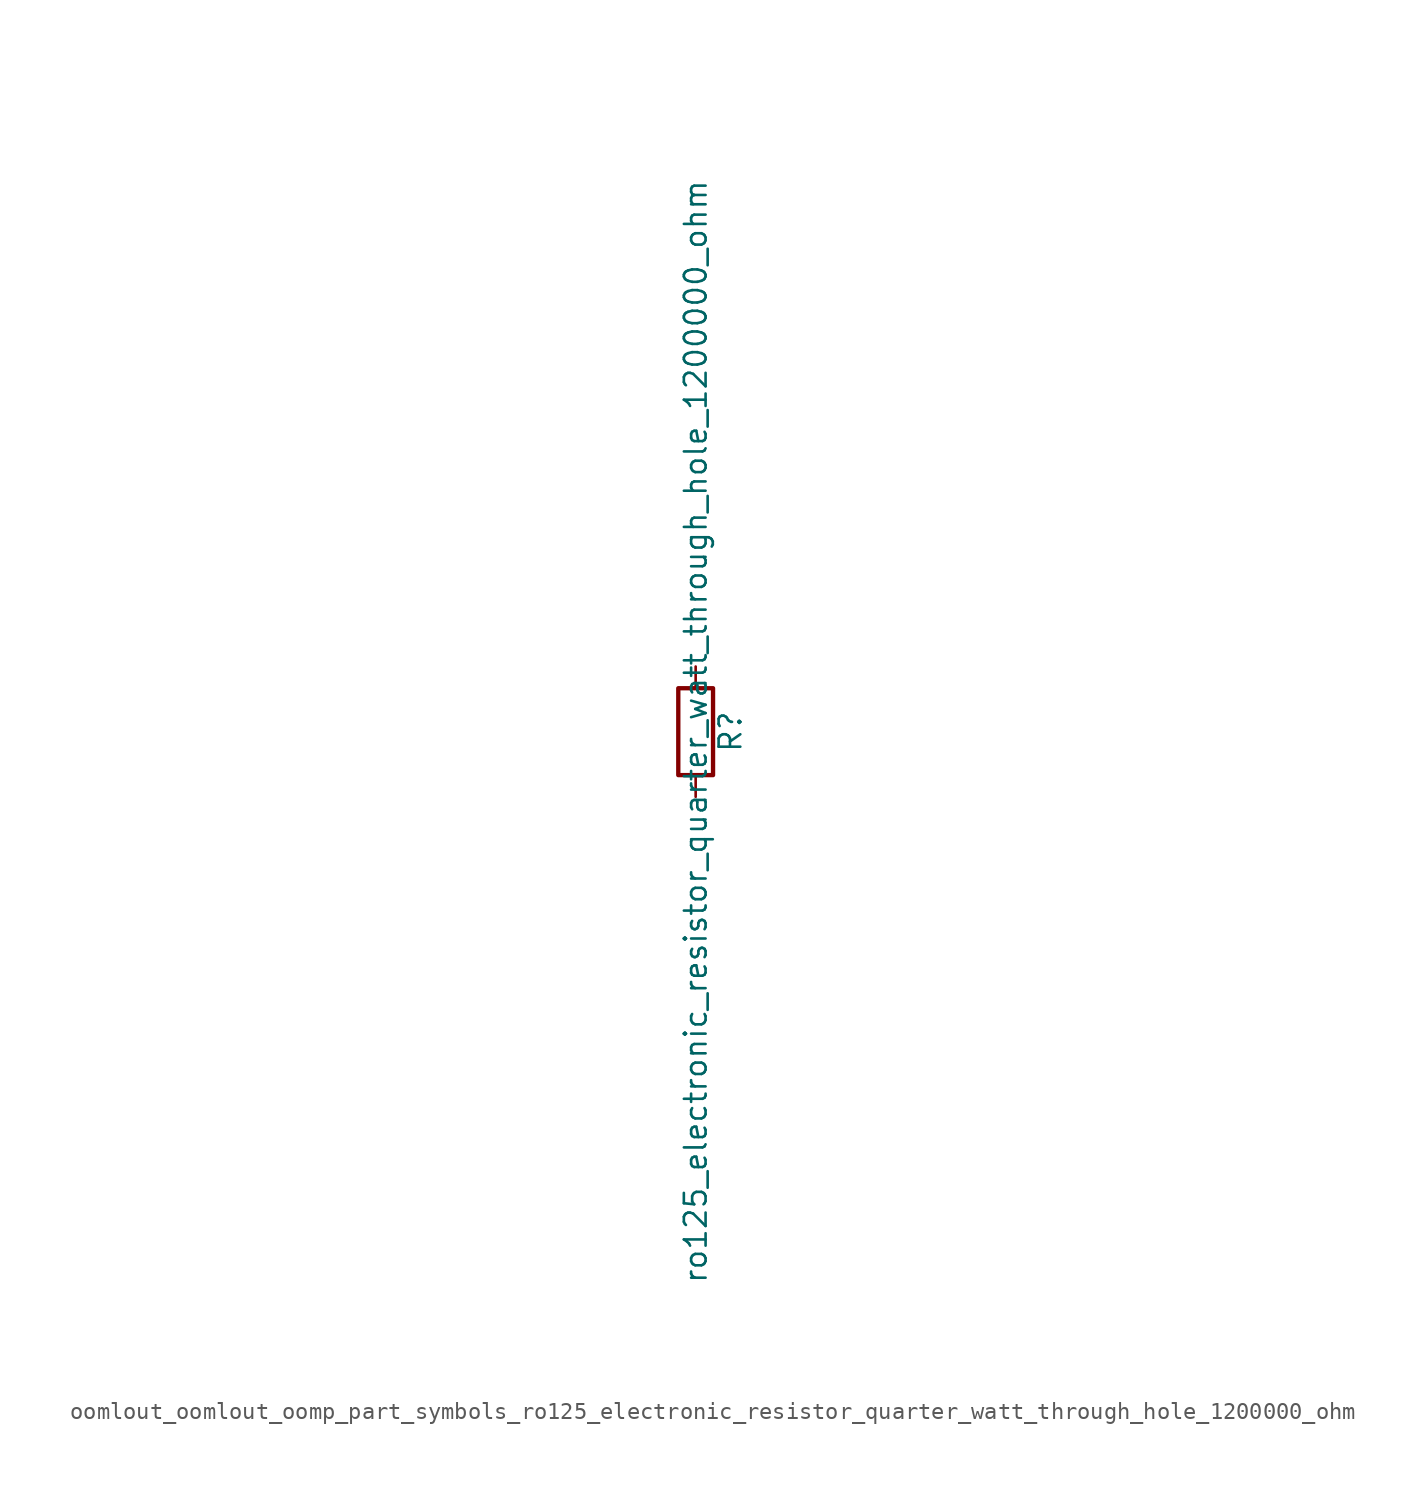
<source format=kicad_sym>
(kicad_symbol_lib
  (version 20220914)
  (generator kicad_symbol_editor)
  (symbol "oomlout_oomlout_oomp_part_symbols_ro125_electronic_resistor_quarter_watt_through_hole_1200000_ohm"
    (pin_numbers hide)
    (pin_names
      (offset 0))
    (property "Reference" "R"
      (at 2.032 0 90)
      (effects (font (size 1.27 1.27))))
    (property "Value" "ro125_electronic_resistor_quarter_watt_through_hole_1200000_ohm"
      (at 0 0 90)
      (effects (font (size 1.27 1.27))))
    (symbol "oomlout_oomlout_oomp_part_symbols_ro125_electronic_resistor_quarter_watt_through_hole_1200000_ohm_0_1"
      (rectangle (start -1.016 -2.54) (end 1.016 2.54) (stroke (width 0.254) (type default)) (fill (type none))))
    (symbol "oomlout_oomlout_oomp_part_symbols_ro125_electronic_resistor_quarter_watt_through_hole_1200000_ohm_1_1"
      (pin passive line (at 0 3.81 270) (length 1.27) (name "~" (effects (font (size 1.27 1.27)))) (number "1" (effects (font (size 1.27 1.27)))))
      (pin passive line (at 0 -3.81 90) (length 1.27) (name "~" (effects (font (size 1.27 1.27)))) (number "2" (effects (font (size 1.27 1.27))))))))
</source>
